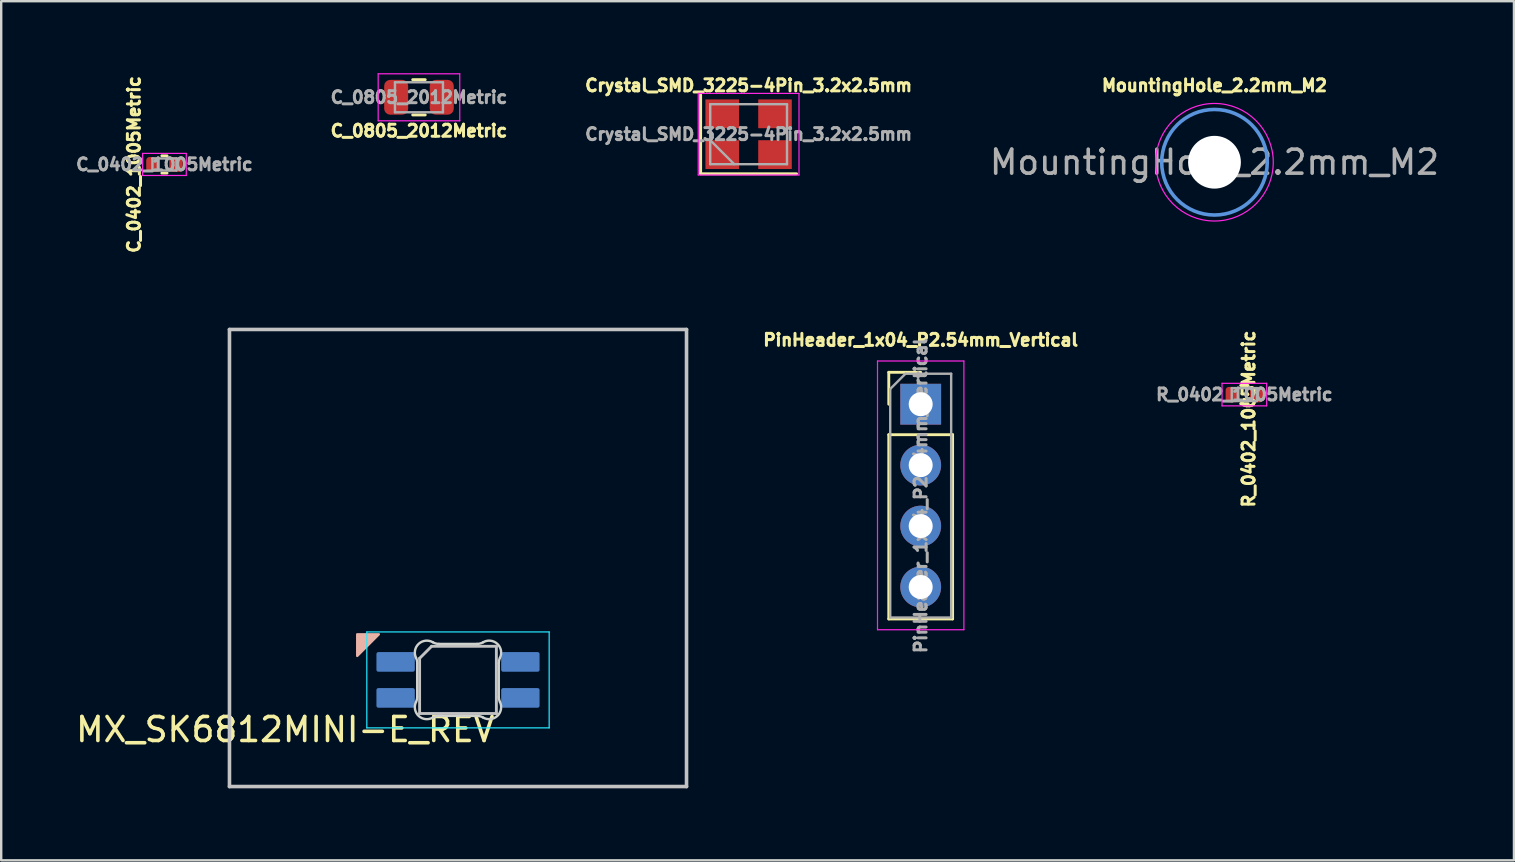
<source format=kicad_pcb>
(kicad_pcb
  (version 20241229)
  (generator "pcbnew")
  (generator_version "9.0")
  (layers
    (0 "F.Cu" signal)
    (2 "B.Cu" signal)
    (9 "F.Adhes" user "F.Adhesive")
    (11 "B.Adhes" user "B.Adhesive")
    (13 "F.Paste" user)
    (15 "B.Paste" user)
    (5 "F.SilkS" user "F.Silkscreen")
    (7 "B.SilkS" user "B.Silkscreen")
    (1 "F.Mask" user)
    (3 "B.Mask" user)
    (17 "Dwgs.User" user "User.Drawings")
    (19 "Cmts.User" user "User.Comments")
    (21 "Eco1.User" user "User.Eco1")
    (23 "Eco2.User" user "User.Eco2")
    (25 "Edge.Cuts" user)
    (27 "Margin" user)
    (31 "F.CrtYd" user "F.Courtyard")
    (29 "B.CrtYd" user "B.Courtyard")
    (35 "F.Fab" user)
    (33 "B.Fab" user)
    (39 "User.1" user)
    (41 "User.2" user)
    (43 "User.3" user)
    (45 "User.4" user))
  (footprint "C_0805_2012Metric"
    (layer "F.Cu")
    (at 14.412 1.005)
    (property "Reference" "C_0805_2012Metric" (at 0 1.397 180) (layer "F.SilkS") (effects (font (size 0.5 0.5) (thickness 0.125))))
    (attr smd)
    (fp_line (start -0.261 -0.735) (end 0.261 -0.735) (stroke (width 0.12) (type solid)) (layer "F.SilkS"))
    (fp_line (start -0.261 0.735) (end 0.261 0.735) (stroke (width 0.12) (type solid)) (layer "F.SilkS"))
    (fp_line (start -1.7 -0.98) (end 1.7 -0.98) (stroke (width 0.05) (type solid)) (layer "F.CrtYd"))
    (fp_line (start -1.7 0.98) (end -1.7 -0.98) (stroke (width 0.05) (type solid)) (layer "F.CrtYd"))
    (fp_line (start 1.7 -0.98) (end 1.7 0.98) (stroke (width 0.05) (type solid)) (layer "F.CrtYd"))
    (fp_line (start 1.7 0.98) (end -1.7 0.98) (stroke (width 0.05) (type solid)) (layer "F.CrtYd"))
    (fp_line (start -1 -0.625) (end 1 -0.625) (stroke (width 0.1) (type solid)) (layer "F.Fab"))
    (fp_line (start -1 0.625) (end -1 -0.625) (stroke (width 0.1) (type solid)) (layer "F.Fab"))
    (fp_line (start 1 -0.625) (end 1 0.625) (stroke (width 0.1) (type solid)) (layer "F.Fab"))
    (fp_line (start 1 0.625) (end -1 0.625) (stroke (width 0.1) (type solid)) (layer "F.Fab"))
    (fp_text user "${REFERENCE}" (at 0 0 180) (layer "F.Fab") (effects (font (size 0.5 0.5) (thickness 0.15))))
    (pad "1" smd roundrect (at -0.95 0) (size 1 1.45) (layers "F.Cu" "F.Mask" "F.Paste") (roundrect_rratio 0.25))
    (pad "2" smd roundrect (at 0.95 0) (size 1 1.45) (layers "F.Cu" "F.Mask" "F.Paste") (roundrect_rratio 0.25)))
  (footprint "R_0402_1005Metric"
    (layer "F.Cu")
    (at 48.814 13.396)
    (property "Reference" "R_0402_1005Metric" (at 0.179 1.016 90) (layer "F.SilkS") (effects (font (size 0.5 0.5) (thickness 0.125))))
    (attr smd)
    (fp_line (start -0.154 -0.38) (end 0.154 -0.38) (stroke (width 0.12) (type solid)) (layer "F.SilkS"))
    (fp_line (start -0.154 0.38) (end 0.154 0.38) (stroke (width 0.12) (type solid)) (layer "F.SilkS"))
    (fp_line (start -0.93 -0.47) (end 0.93 -0.47) (stroke (width 0.05) (type solid)) (layer "F.CrtYd"))
    (fp_line (start -0.93 0.47) (end -0.93 -0.47) (stroke (width 0.05) (type solid)) (layer "F.CrtYd"))
    (fp_line (start 0.93 -0.47) (end 0.93 0.47) (stroke (width 0.05) (type solid)) (layer "F.CrtYd"))
    (fp_line (start 0.93 0.47) (end -0.93 0.47) (stroke (width 0.05) (type solid)) (layer "F.CrtYd"))
    (fp_line (start -0.525 -0.27) (end 0.525 -0.27) (stroke (width 0.1) (type solid)) (layer "F.Fab"))
    (fp_line (start -0.525 0.27) (end -0.525 -0.27) (stroke (width 0.1) (type solid)) (layer "F.Fab"))
    (fp_line (start 0.525 -0.27) (end 0.525 0.27) (stroke (width 0.1) (type solid)) (layer "F.Fab"))
    (fp_line (start 0.525 0.27) (end -0.525 0.27) (stroke (width 0.1) (type solid)) (layer "F.Fab"))
    (fp_text user "${REFERENCE}" (at 0 0 0) (layer "F.Fab") (effects (font (size 0.5 0.5) (thickness 0.15))))
    (pad "1" smd roundrect (at -0.51 0) (size 0.54 0.64) (layers "F.Cu" "F.Mask" "F.Paste") (roundrect_rratio 0.25))
    (pad "2" smd roundrect (at 0.51 0) (size 0.54 0.64) (layers "F.Cu" "F.Mask" "F.Paste") (roundrect_rratio 0.25)))
  (footprint "Crystal_SMD_3225-4Pin_3.2x2.5mm"
    (layer "F.Cu")
    (at 28.152 2.544)
    (property "Reference" "Crystal_SMD_3225-4Pin_3.2x2.5mm" (at 0 -2.032 180) (layer "F.SilkS") (effects (font (size 0.5 0.5) (thickness 0.125))))
    (attr smd)
    (fp_line (start -2 -1.65) (end -2 1.65) (stroke (width 0.12) (type solid)) (layer "F.SilkS"))
    (fp_line (start -2 1.65) (end 2 1.65) (stroke (width 0.12) (type solid)) (layer "F.SilkS"))
    (fp_line (start -2.1 -1.7) (end -2.1 1.7) (stroke (width 0.05) (type solid)) (layer "F.CrtYd"))
    (fp_line (start -2.1 1.7) (end 2.1 1.7) (stroke (width 0.05) (type solid)) (layer "F.CrtYd"))
    (fp_line (start 2.1 -1.7) (end -2.1 -1.7) (stroke (width 0.05) (type solid)) (layer "F.CrtYd"))
    (fp_line (start 2.1 1.7) (end 2.1 -1.7) (stroke (width 0.05) (type solid)) (layer "F.CrtYd"))
    (fp_line (start -1.6 -1.25) (end -1.6 1.25) (stroke (width 0.1) (type solid)) (layer "F.Fab"))
    (fp_line (start -1.6 0.25) (end -0.6 1.25) (stroke (width 0.1) (type solid)) (layer "F.Fab"))
    (fp_line (start -1.6 1.25) (end 1.6 1.25) (stroke (width 0.1) (type solid)) (layer "F.Fab"))
    (fp_line (start 1.6 -1.25) (end -1.6 -1.25) (stroke (width 0.1) (type solid)) (layer "F.Fab"))
    (fp_line (start 1.6 1.25) (end 1.6 -1.25) (stroke (width 0.1) (type solid)) (layer "F.Fab"))
    (fp_text user "${REFERENCE}" (at 0 0 180) (layer "F.Fab") (effects (font (size 0.5 0.5) (thickness 0.15))))
    (pad "1" smd rect (at -1.1 0.85) (size 1.4 1.2) (layers "F.Cu" "F.Mask" "F.Paste"))
    (pad "2" smd rect (at 1.1 0.85) (size 1.4 1.2) (layers "F.Cu" "F.Mask" "F.Paste"))
    (pad "3" smd rect (at 1.1 -0.85) (size 1.4 1.2) (layers "F.Cu" "F.Mask" "F.Paste"))
    (pad "4" smd rect (at -1.1 -0.85) (size 1.4 1.2) (layers "F.Cu" "F.Mask" "F.Paste")))
  (footprint "MountingHole_2.2mm_M2"
    (layer "F.Cu")
    (at 47.569 3.712)
    (property "Reference" "MountingHole_2.2mm_M2" (at 0 -3.2 0) (layer "F.SilkS") (effects (font (size 0.5 0.5) (thickness 0.125))))
    (attr exclude_from_pos_files)
    (fp_circle (center 0 0) (end 2.2 0) (stroke (width 0.15) (type solid)) (fill no) (layer "Cmts.User"))
    (fp_circle (center 0 0) (end 2.45 0) (stroke (width 0.05) (type solid)) (fill no) (layer "F.CrtYd"))
    (fp_text user "${REFERENCE}" (at 0 0 0) (layer "F.Fab") (effects (font (size 1 1) (thickness 0.15))))
    (pad "" np_thru_hole circle (at 0 0) (size 2.2 2.2) (drill 2.2) (layers "*.Cu" "*.Mask")))
  (footprint "MX_SK6812MINI-E_REV"
    (layer "F.Cu")
    (at 16.039 20.208)
    (property "Reference" "MX_SK6812MINI-E_REV" (at -7.2 7.15 0) (layer "F.SilkS") (effects (font (size 1 1) (thickness 0.15))))
    (attr through_hole)
    (fp_poly (pts (xy -4.2 4.08) (xy -3.3 3.18) (xy -4.2 3.18)) (stroke (width 0.1) (type solid)) (fill yes) (layer "B.SilkS"))
    (fp_line (start -9.525 -9.525) (end 9.525 -9.525) (stroke (width 0.15) (type solid)) (layer "Dwgs.User"))
    (fp_line (start -9.525 9.525) (end -9.525 -9.525) (stroke (width 0.15) (type solid)) (layer "Dwgs.User"))
    (fp_line (start -1.6 4.18) (end -1.6 6.48) (stroke (width 0.12) (type solid)) (layer "Dwgs.User"))
    (fp_line (start -1.6 4.18) (end -1.1 3.68) (stroke (width 0.12) (type solid)) (layer "Dwgs.User"))
    (fp_line (start -1.6 6.48) (end 1.6 6.48) (stroke (width 0.12) (type solid)) (layer "Dwgs.User"))
    (fp_line (start 1.6 3.68) (end -1.1 3.68) (stroke (width 0.12) (type solid)) (layer "Dwgs.User"))
    (fp_line (start 1.6 6.48) (end 1.6 3.68) (stroke (width 0.12) (type solid)) (layer "Dwgs.User"))
    (fp_line (start 9.525 -9.525) (end 9.525 9.525) (stroke (width 0.15) (type solid)) (layer "Dwgs.User"))
    (fp_line (start 9.525 9.525) (end -9.525 9.525) (stroke (width 0.15) (type solid)) (layer "Dwgs.User"))
    (fp_line (start -1.7 5.783) (end -1.7 4.377) (stroke (width 0.1) (type solid)) (layer "Edge.Cuts"))
    (fp_line (start -0.794 3.58) (end 0.794 3.58) (stroke (width 0.1) (type solid)) (layer "Edge.Cuts"))
    (fp_line (start 0.794 6.58) (end -0.794 6.58) (stroke (width 0.1) (type solid)) (layer "Edge.Cuts"))
    (fp_line (start 1.7 4.377) (end 1.7 5.783) (stroke (width 0.1) (type solid)) (layer "Edge.Cuts"))
    (fp_arc (start -1.749484 4.16028) (mid -1.712527 4.265932) (end -1.699999 4.377158) (stroke (width 0.1) (type solid)) (layer "Edge.Cuts"))
    (fp_arc (start -1.749484 4.160281) (mid -1.638071 3.575967) (end -1.046711 3.511701) (stroke (width 0.1) (type solid)) (layer "Edge.Cuts"))
    (fp_arc (start -1.699999 5.782843) (mid -1.712527 5.894068) (end -1.749484 5.99972) (stroke (width 0.1) (type solid)) (layer "Edge.Cuts"))
    (fp_arc (start -1.046711 6.648298) (mid -1.638071 6.584034) (end -1.749484 5.99972) (stroke (width 0.1) (type solid)) (layer "Edge.Cuts"))
    (fp_arc (start -1.046711 6.648298) (mid -0.925123 6.597376) (end -0.794453 6.579999) (stroke (width 0.1) (type solid)) (layer "Edge.Cuts"))
    (fp_arc (start -0.794452 3.58) (mid -0.925123 3.562624) (end -1.046711 3.511701) (stroke (width 0.1) (type solid)) (layer "Edge.Cuts"))
    (fp_arc (start 0.794453 6.58) (mid 0.925123 6.597377) (end 1.046711 6.648299) (stroke (width 0.1) (type solid)) (layer "Edge.Cuts"))
    (fp_arc (start 1.04671 3.511701) (mid 0.925122 3.562623) (end 0.794452 3.58) (stroke (width 0.1) (type solid)) (layer "Edge.Cuts"))
    (fp_arc (start 1.046711 3.511703) (mid 1.63807 3.575966) (end 1.749484 4.16028) (stroke (width 0.1) (type solid)) (layer "Edge.Cuts"))
    (fp_arc (start 1.699999 4.377157) (mid 1.71251 4.265928) (end 1.749484 4.16028) (stroke (width 0.1) (type solid)) (layer "Edge.Cuts"))
    (fp_arc (start 1.749484 5.99972) (mid 1.638072 6.584037) (end 1.046711 6.648299) (stroke (width 0.1) (type solid)) (layer "Edge.Cuts"))
    (fp_arc (start 1.749484 5.99972) (mid 1.712526 5.894068) (end 1.699999 5.782842) (stroke (width 0.1) (type solid)) (layer "Edge.Cuts"))
    (fp_line (start -3.8 3.08) (end -3.8 7.08) (stroke (width 0.05) (type solid)) (layer "B.CrtYd"))
    (fp_line (start -3.8 7.08) (end 3.8 7.08) (stroke (width 0.05) (type solid)) (layer "B.CrtYd"))
    (fp_line (start 3.8 3.08) (end -3.8 3.08) (stroke (width 0.05) (type solid)) (layer "B.CrtYd"))
    (fp_line (start 3.8 7.08) (end 3.8 3.08) (stroke (width 0.05) (type solid)) (layer "B.CrtYd"))
    (pad "1" smd roundrect (at 2.6 5.83 270) (size 0.82 1.6) (layers "B.Cu" "B.Mask" "B.Paste") (roundrect_rratio 0.1))
    (pad "2" smd roundrect (at 2.6 4.33 270) (size 0.82 1.6) (layers "B.Cu" "B.Mask" "B.Paste") (roundrect_rratio 0.1))
    (pad "3" smd roundrect (at -2.6 4.33 270) (size 0.82 1.6) (layers "B.Cu" "B.Mask" "B.Paste") (roundrect_rratio 0.1))
    (pad "4" smd roundrect (at -2.6 5.83 270) (size 0.82 1.6) (layers "B.Cu" "B.Mask" "B.Paste") (roundrect_rratio 0.1)))
  (footprint "PinHeader_1x04_P2.54mm_Vertical"
    (layer "F.Cu")
    (at 35.324 13.797)
    (property "Reference" "PinHeader_1x04_P2.54mm_Vertical" (at 0 -2.677 0) (layer "F.SilkS") (effects (font (size 0.5 0.5) (thickness 0.125))))
    (attr through_hole)
    (fp_line (start -1.33 -1.33) (end 0 -1.33) (stroke (width 0.12) (type solid)) (layer "F.SilkS"))
    (fp_line (start -1.33 0) (end -1.33 -1.33) (stroke (width 0.12) (type solid)) (layer "F.SilkS"))
    (fp_line (start -1.33 1.27) (end -1.33 8.95) (stroke (width 0.12) (type solid)) (layer "F.SilkS"))
    (fp_line (start -1.33 1.27) (end 1.33 1.27) (stroke (width 0.12) (type solid)) (layer "F.SilkS"))
    (fp_line (start -1.33 8.95) (end 1.33 8.95) (stroke (width 0.12) (type solid)) (layer "F.SilkS"))
    (fp_line (start 1.33 1.27) (end 1.33 8.95) (stroke (width 0.12) (type solid)) (layer "F.SilkS"))
    (fp_line (start -1.8 -1.8) (end -1.8 9.4) (stroke (width 0.05) (type solid)) (layer "F.CrtYd"))
    (fp_line (start -1.8 9.4) (end 1.8 9.4) (stroke (width 0.05) (type solid)) (layer "F.CrtYd"))
    (fp_line (start 1.8 -1.8) (end -1.8 -1.8) (stroke (width 0.05) (type solid)) (layer "F.CrtYd"))
    (fp_line (start 1.8 9.4) (end 1.8 -1.8) (stroke (width 0.05) (type solid)) (layer "F.CrtYd"))
    (fp_line (start -1.27 -0.635) (end -0.635 -1.27) (stroke (width 0.1) (type solid)) (layer "F.Fab"))
    (fp_line (start -1.27 8.89) (end -1.27 -0.635) (stroke (width 0.1) (type solid)) (layer "F.Fab"))
    (fp_line (start -0.635 -1.27) (end 1.27 -1.27) (stroke (width 0.1) (type solid)) (layer "F.Fab"))
    (fp_line (start 1.27 -1.27) (end 1.27 8.89) (stroke (width 0.1) (type solid)) (layer "F.Fab"))
    (fp_line (start 1.27 8.89) (end -1.27 8.89) (stroke (width 0.1) (type solid)) (layer "F.Fab"))
    (fp_text user "${REFERENCE}" (at 0 3.81 90) (layer "F.Fab") (effects (font (size 0.5 0.5) (thickness 0.125))))
    (pad "1" thru_hole rect (at 0 0 180) (size 1.7 1.7) (drill 1) (layers "*.Cu" "*.Mask"))
    (pad "2" thru_hole oval (at 0 2.54 180) (size 1.7 1.7) (drill 1) (layers "*.Cu" "*.Mask"))
    (pad "3" thru_hole oval (at 0 5.08 180) (size 1.7 1.7) (drill 1) (layers "*.Cu" "*.Mask"))
    (pad "4" thru_hole oval (at 0 7.62 180) (size 1.7 1.7) (drill 1) (layers "*.Cu" "*.Mask")))
  (footprint "C_0402_1005Metric"
    (layer "F.Cu")
    (at 3.804 3.804)
    (property "Reference" "C_0402_1005Metric" (at -1.27 0 270) (layer "F.SilkS") (effects (font (size 0.5 0.5) (thickness 0.125))))
    (attr smd)
    (fp_line (start -0.108 -0.36) (end 0.108 -0.36) (stroke (width 0.12) (type solid)) (layer "F.SilkS"))
    (fp_line (start -0.108 0.36) (end 0.108 0.36) (stroke (width 0.12) (type solid)) (layer "F.SilkS"))
    (fp_line (start -0.91 -0.46) (end 0.91 -0.46) (stroke (width 0.05) (type solid)) (layer "F.CrtYd"))
    (fp_line (start -0.91 0.46) (end -0.91 -0.46) (stroke (width 0.05) (type solid)) (layer "F.CrtYd"))
    (fp_line (start 0.91 -0.46) (end 0.91 0.46) (stroke (width 0.05) (type solid)) (layer "F.CrtYd"))
    (fp_line (start 0.91 0.46) (end -0.91 0.46) (stroke (width 0.05) (type solid)) (layer "F.CrtYd"))
    (fp_line (start -0.5 -0.25) (end 0.5 -0.25) (stroke (width 0.1) (type solid)) (layer "F.Fab"))
    (fp_line (start -0.5 0.25) (end -0.5 -0.25) (stroke (width 0.1) (type solid)) (layer "F.Fab"))
    (fp_line (start 0.5 -0.25) (end 0.5 0.25) (stroke (width 0.1) (type solid)) (layer "F.Fab"))
    (fp_line (start 0.5 0.25) (end -0.5 0.25) (stroke (width 0.1) (type solid)) (layer "F.Fab"))
    (fp_text user "${REFERENCE}" (at 0 0 180) (layer "F.Fab") (effects (font (size 0.5 0.5) (thickness 0.15))))
    (pad "1" smd roundrect (at -0.48 0) (size 0.56 0.62) (layers "F.Cu" "F.Mask" "F.Paste") (roundrect_rratio 0.25))
    (pad "2" smd roundrect (at 0.48 0) (size 0.56 0.62) (layers "F.Cu" "F.Mask" "F.Paste") (roundrect_rratio 0.25)))
  (gr_rect
    (start -3 -3)
    (end 60.051 32.808)
    (stroke (width 0.1) (type default))
    (fill no)
    (layer "Edge.Cuts")))
</source>
